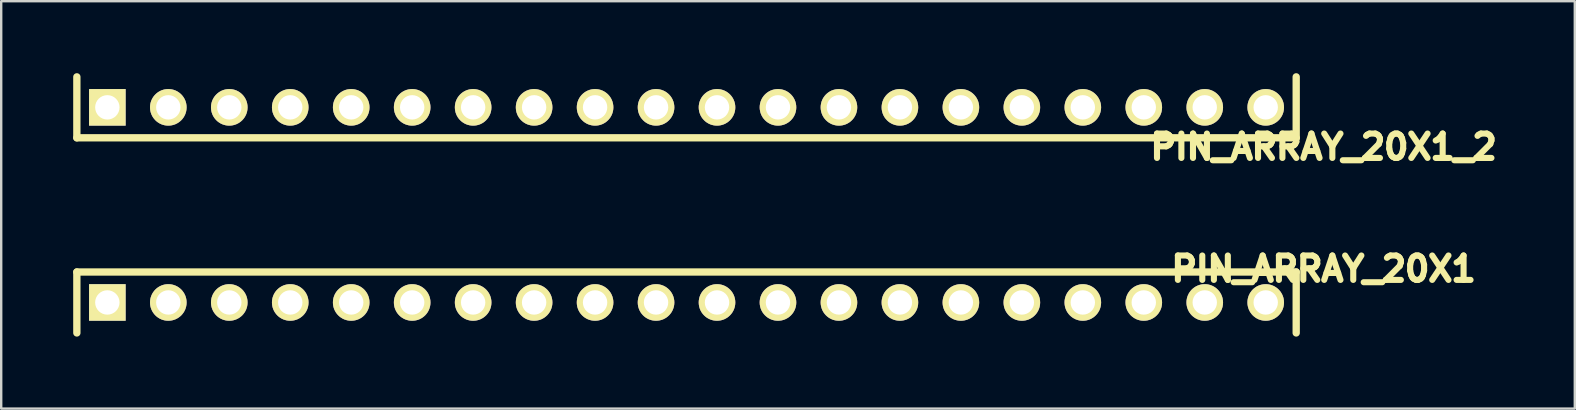
<source format=kicad_pcb>
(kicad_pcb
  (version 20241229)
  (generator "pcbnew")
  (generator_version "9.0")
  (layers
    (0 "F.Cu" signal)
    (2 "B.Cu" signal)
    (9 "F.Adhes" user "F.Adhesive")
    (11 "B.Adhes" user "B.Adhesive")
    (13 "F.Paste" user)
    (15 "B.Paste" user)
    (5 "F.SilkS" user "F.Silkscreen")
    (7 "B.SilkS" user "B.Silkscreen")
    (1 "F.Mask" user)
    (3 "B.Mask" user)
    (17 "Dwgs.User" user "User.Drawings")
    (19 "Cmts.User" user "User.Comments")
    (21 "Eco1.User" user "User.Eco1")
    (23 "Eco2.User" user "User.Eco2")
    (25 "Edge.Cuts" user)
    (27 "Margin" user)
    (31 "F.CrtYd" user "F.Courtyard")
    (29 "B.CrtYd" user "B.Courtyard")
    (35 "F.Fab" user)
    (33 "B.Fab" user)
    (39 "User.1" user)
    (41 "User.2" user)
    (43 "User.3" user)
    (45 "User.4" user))
  (footprint "PIN_ARRAY_20X1"
    (layer "F.Cu")
    (at 25.552 9.551)
    (property "Reference" "PIN_ARRAY_20X1" (at 26.543 -1.397 0) (layer "F.SilkS") (effects (font (size 1.016 1.016) (thickness 0.254))))
    (attr through_hole)
    (fp_line (start -25.4 -1.27) (end -25.4 1.27) (stroke (width 0.305) (type solid)) (layer "F.SilkS"))
    (fp_line (start 25.4 -1.27) (end -25.4 -1.27) (stroke (width 0.305) (type solid)) (layer "F.SilkS"))
    (fp_line (start 25.4 -1.27) (end 25.4 1.27) (stroke (width 0.305) (type solid)) (layer "F.SilkS"))
    (pad "1" thru_hole rect (at -24.13 0) (size 1.524 1.524) (drill 1.016) (layers "*.Cu" "*.Mask" "F.SilkS"))
    (pad "2" thru_hole circle (at -21.59 0) (size 1.524 1.524) (drill 1.016) (layers "*.Cu" "*.Mask" "F.SilkS"))
    (pad "3" thru_hole circle (at -19.05 0) (size 1.524 1.524) (drill 1.016) (layers "*.Cu" "*.Mask" "F.SilkS"))
    (pad "4" thru_hole circle (at -16.51 0) (size 1.524 1.524) (drill 1.016) (layers "*.Cu" "*.Mask" "F.SilkS"))
    (pad "5" thru_hole circle (at -13.97 0) (size 1.524 1.524) (drill 1.016) (layers "*.Cu" "*.Mask" "F.SilkS"))
    (pad "6" thru_hole circle (at -11.43 0) (size 1.524 1.524) (drill 1.016) (layers "*.Cu" "*.Mask" "F.SilkS"))
    (pad "7" thru_hole circle (at -8.89 0) (size 1.524 1.524) (drill 1.016) (layers "*.Cu" "*.Mask" "F.SilkS"))
    (pad "8" thru_hole circle (at -6.35 0) (size 1.524 1.524) (drill 1.016) (layers "*.Cu" "*.Mask" "F.SilkS"))
    (pad "9" thru_hole circle (at -3.81 0) (size 1.524 1.524) (drill 1.016) (layers "*.Cu" "*.Mask" "F.SilkS"))
    (pad "10" thru_hole circle (at -1.27 0) (size 1.524 1.524) (drill 1.016) (layers "*.Cu" "*.Mask" "F.SilkS"))
    (pad "11" thru_hole circle (at 1.27 0) (size 1.524 1.524) (drill 1.016) (layers "*.Cu" "*.Mask" "F.SilkS"))
    (pad "12" thru_hole circle (at 3.81 0) (size 1.524 1.524) (drill 1.016) (layers "*.Cu" "*.Mask" "F.SilkS"))
    (pad "13" thru_hole circle (at 6.35 0) (size 1.524 1.524) (drill 1.016) (layers "*.Cu" "*.Mask" "F.SilkS"))
    (pad "14" thru_hole circle (at 8.89 0) (size 1.524 1.524) (drill 1.016) (layers "*.Cu" "*.Mask" "F.SilkS"))
    (pad "15" thru_hole circle (at 11.43 0) (size 1.524 1.524) (drill 1.016) (layers "*.Cu" "*.Mask" "F.SilkS"))
    (pad "16" thru_hole circle (at 13.97 0) (size 1.524 1.524) (drill 1.016) (layers "*.Cu" "*.Mask" "F.SilkS"))
    (pad "17" thru_hole circle (at 16.51 0) (size 1.524 1.524) (drill 1.016) (layers "*.Cu" "*.Mask" "F.SilkS"))
    (pad "18" thru_hole circle (at 19.05 0) (size 1.524 1.524) (drill 1.016) (layers "*.Cu" "*.Mask" "F.SilkS"))
    (pad "19" thru_hole circle (at 21.59 0) (size 1.524 1.524) (drill 1.016) (layers "*.Cu" "*.Mask" "F.SilkS"))
    (pad "20" thru_hole circle (at 24.13 0) (size 1.524 1.524) (drill 1.016) (layers "*.Cu" "*.Mask" "F.SilkS")))
  (footprint "PIN_ARRAY_20X1_2"
    (layer "F.Cu")
    (at 25.552 1.422)
    (property "Reference" "PIN_ARRAY_20X1_2" (at 26.543 1.651 0) (layer "F.SilkS") (effects (font (size 1.016 1.016) (thickness 0.254))))
    (attr through_hole)
    (fp_line (start -25.4 -1.27) (end -25.4 1.27) (stroke (width 0.305) (type solid)) (layer "F.SilkS"))
    (fp_line (start 25.4 -1.27) (end 25.4 1.27) (stroke (width 0.305) (type solid)) (layer "F.SilkS"))
    (fp_line (start 25.4 1.27) (end -25.4 1.27) (stroke (width 0.305) (type solid)) (layer "F.SilkS"))
    (pad "1" thru_hole rect (at -24.13 0) (size 1.524 1.524) (drill 1.016) (layers "*.Cu" "*.Mask" "F.SilkS"))
    (pad "2" thru_hole circle (at -21.59 0) (size 1.524 1.524) (drill 1.016) (layers "*.Cu" "*.Mask" "F.SilkS"))
    (pad "3" thru_hole circle (at -19.05 0) (size 1.524 1.524) (drill 1.016) (layers "*.Cu" "*.Mask" "F.SilkS"))
    (pad "4" thru_hole circle (at -16.51 0) (size 1.524 1.524) (drill 1.016) (layers "*.Cu" "*.Mask" "F.SilkS"))
    (pad "5" thru_hole circle (at -13.97 0) (size 1.524 1.524) (drill 1.016) (layers "*.Cu" "*.Mask" "F.SilkS"))
    (pad "6" thru_hole circle (at -11.43 0) (size 1.524 1.524) (drill 1.016) (layers "*.Cu" "*.Mask" "F.SilkS"))
    (pad "7" thru_hole circle (at -8.89 0) (size 1.524 1.524) (drill 1.016) (layers "*.Cu" "*.Mask" "F.SilkS"))
    (pad "8" thru_hole circle (at -6.35 0) (size 1.524 1.524) (drill 1.016) (layers "*.Cu" "*.Mask" "F.SilkS"))
    (pad "9" thru_hole circle (at -3.81 0) (size 1.524 1.524) (drill 1.016) (layers "*.Cu" "*.Mask" "F.SilkS"))
    (pad "10" thru_hole circle (at -1.27 0) (size 1.524 1.524) (drill 1.016) (layers "*.Cu" "*.Mask" "F.SilkS"))
    (pad "11" thru_hole circle (at 1.27 0) (size 1.524 1.524) (drill 1.016) (layers "*.Cu" "*.Mask" "F.SilkS"))
    (pad "12" thru_hole circle (at 3.81 0) (size 1.524 1.524) (drill 1.016) (layers "*.Cu" "*.Mask" "F.SilkS"))
    (pad "13" thru_hole circle (at 6.35 0) (size 1.524 1.524) (drill 1.016) (layers "*.Cu" "*.Mask" "F.SilkS"))
    (pad "14" thru_hole circle (at 8.89 0) (size 1.524 1.524) (drill 1.016) (layers "*.Cu" "*.Mask" "F.SilkS"))
    (pad "15" thru_hole circle (at 11.43 0) (size 1.524 1.524) (drill 1.016) (layers "*.Cu" "*.Mask" "F.SilkS"))
    (pad "16" thru_hole circle (at 13.97 0) (size 1.524 1.524) (drill 1.016) (layers "*.Cu" "*.Mask" "F.SilkS"))
    (pad "17" thru_hole circle (at 16.51 0) (size 1.524 1.524) (drill 1.016) (layers "*.Cu" "*.Mask" "F.SilkS"))
    (pad "18" thru_hole circle (at 19.05 0) (size 1.524 1.524) (drill 1.016) (layers "*.Cu" "*.Mask" "F.SilkS"))
    (pad "19" thru_hole circle (at 21.59 0) (size 1.524 1.524) (drill 1.016) (layers "*.Cu" "*.Mask" "F.SilkS"))
    (pad "20" thru_hole circle (at 24.13 0) (size 1.524 1.524) (drill 1.016) (layers "*.Cu" "*.Mask" "F.SilkS")))
  (gr_rect
    (start -3 -3)
    (end 62.559 13.973)
    (stroke (width 0.1) (type default))
    (fill no)
    (layer "Edge.Cuts")))
</source>
